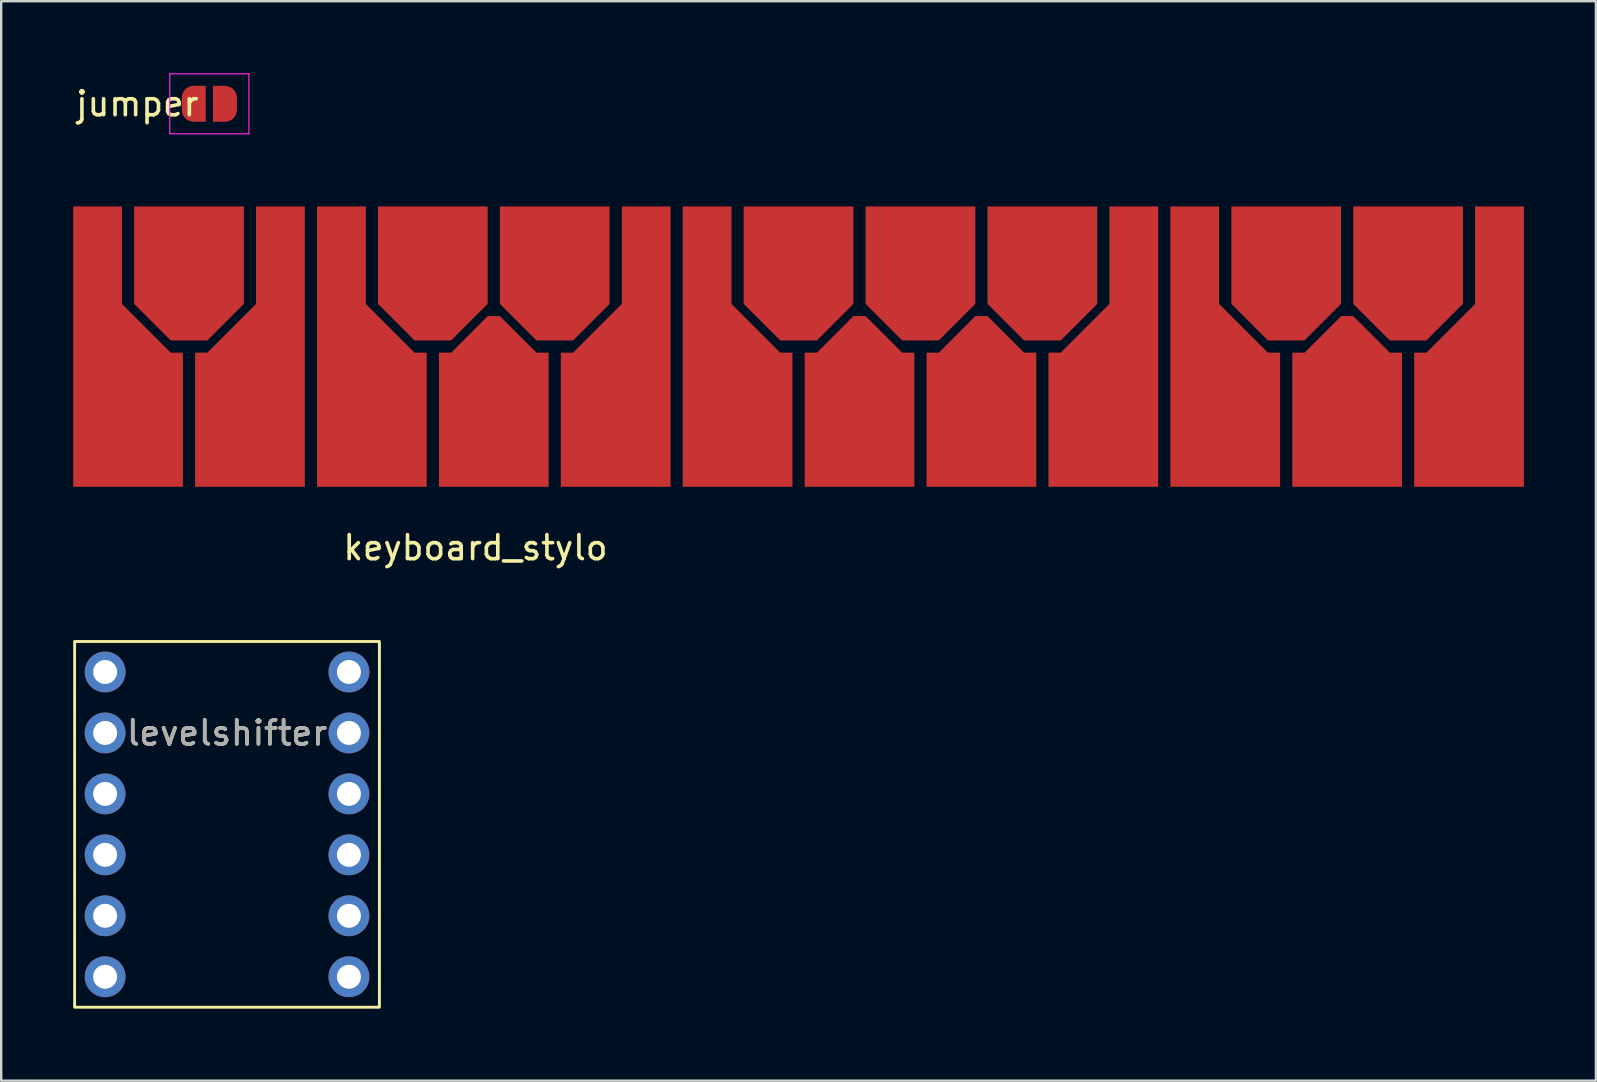
<source format=kicad_pcb>
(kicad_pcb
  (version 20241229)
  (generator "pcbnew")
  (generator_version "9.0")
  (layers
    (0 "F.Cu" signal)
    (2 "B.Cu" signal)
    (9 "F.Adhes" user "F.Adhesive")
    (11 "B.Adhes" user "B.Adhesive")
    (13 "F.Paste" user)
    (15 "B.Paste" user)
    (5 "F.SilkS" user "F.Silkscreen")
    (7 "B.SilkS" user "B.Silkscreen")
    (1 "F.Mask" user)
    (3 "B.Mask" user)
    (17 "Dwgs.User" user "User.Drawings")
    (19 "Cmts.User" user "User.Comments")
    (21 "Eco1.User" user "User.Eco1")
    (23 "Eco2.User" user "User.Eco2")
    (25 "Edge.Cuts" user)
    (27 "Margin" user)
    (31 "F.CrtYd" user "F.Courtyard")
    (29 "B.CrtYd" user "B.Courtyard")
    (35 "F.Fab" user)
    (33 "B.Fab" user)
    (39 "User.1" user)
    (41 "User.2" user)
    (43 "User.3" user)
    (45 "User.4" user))
  (footprint "keyboard_stylo"
    (layer "F.Cu")
    (at 34.036 10.376)
    (property "Reference" "keyboard_stylo" (at -17.272 9.398 0) (layer "F.SilkS") (effects (font (size 1 1) (thickness 0.15))))
    (attr through_hole)
    (fp_poly (pts (xy 26.416 6.858) (xy -34.036 6.858) (xy -34.036 -4.826) (xy 26.416 -4.826)) (stroke (width 0) (type solid)) (fill yes) (layer "F.Mask"))
    (pad "1" smd custom (at -33.02 -4.064) (size 1.524 1.524) (layers "F.Cu" "F.Mask") (options (anchor rect)) (primitives (gr_poly (pts (xy 3.048 5.334) (xy 1.016 3.302) (xy 1.016 -0.762) (xy -1.016 -0.762) (xy -1.016 10.922) (xy 3.556 10.922) (xy 3.556 5.334)) (width 0) (fill yes))))
    (pad "2" smd custom (at -29.21 -4.064) (size 1.524 1.524) (layers "F.Cu" "F.Mask") (options (anchor rect)) (primitives (gr_poly (pts (xy 2.286 3.302) (xy 0.762 4.826) (xy -0.762 4.826) (xy -2.286 3.302) (xy -2.286 -0.762) (xy 2.286 -0.762)) (width 0) (fill yes))))
    (pad "3" smd custom (at -25.4 -4.064) (size 1.524 1.524) (layers "F.Cu" "F.Mask") (options (anchor rect)) (primitives (gr_poly (pts (xy -3.048 5.334) (xy -1.016 3.302) (xy -1.016 -0.762) (xy 1.016 -0.762) (xy 1.016 10.922) (xy -3.556 10.922) (xy -3.556 5.334)) (width 0) (fill yes))))
    (pad "4" smd custom (at -22.86 -4.064) (size 1.524 1.524) (layers "F.Cu" "F.Mask") (options (anchor rect)) (primitives (gr_poly (pts (xy 3.048 5.334) (xy 1.016 3.302) (xy 1.016 -0.762) (xy -1.016 -0.762) (xy -1.016 10.922) (xy 3.556 10.922) (xy 3.556 5.334)) (width 0) (fill yes))))
    (pad "5" smd custom (at -19.05 -4.064) (size 1.524 1.524) (layers "F.Cu" "F.Mask") (options (anchor rect)) (primitives (gr_poly (pts (xy 2.286 3.302) (xy 0.762 4.826) (xy -0.762 4.826) (xy -2.286 3.302) (xy -2.286 -0.762) (xy 2.286 -0.762)) (width 0) (fill yes))))
    (pad "6" smd custom (at -16.51 6.096) (size 1.524 1.524) (layers "F.Cu" "F.Mask") (options (anchor rect)) (primitives (gr_poly (pts (xy 2.286 0.762) (xy -2.286 0.762) (xy -2.286 -4.826) (xy -1.778 -4.826) (xy -0.254 -6.35) (xy 0.254 -6.35) (xy 1.778 -4.826) (xy 2.286 -4.826)) (width 0) (fill yes))))
    (pad "7" smd custom (at -13.97 -4.064) (size 1.524 1.524) (layers "F.Cu" "F.Mask") (options (anchor rect)) (primitives (gr_poly (pts (xy 2.286 3.302) (xy 0.762 4.826) (xy -0.762 4.826) (xy -2.286 3.302) (xy -2.286 -0.762) (xy 2.286 -0.762)) (width 0) (fill yes))))
    (pad "8" smd custom (at -10.16 -4.064) (size 1.524 1.524) (layers "F.Cu" "F.Mask") (options (anchor rect)) (primitives (gr_poly (pts (xy -3.048 5.334) (xy -1.016 3.302) (xy -1.016 -0.762) (xy 1.016 -0.762) (xy 1.016 10.922) (xy -3.556 10.922) (xy -3.556 5.334)) (width 0) (fill yes))))
    (pad "9" smd custom (at -7.62 -4.064) (size 1.524 1.524) (layers "F.Cu" "F.Mask") (options (anchor rect)) (primitives (gr_poly (pts (xy 3.048 5.334) (xy 1.016 3.302) (xy 1.016 -0.762) (xy -1.016 -0.762) (xy -1.016 10.922) (xy 3.556 10.922) (xy 3.556 5.334)) (width 0) (fill yes))))
    (pad "10" smd custom (at -3.81 -4.064) (size 1.524 1.524) (layers "F.Cu" "F.Mask") (options (anchor rect)) (primitives (gr_poly (pts (xy 2.286 3.302) (xy 0.762 4.826) (xy -0.762 4.826) (xy -2.286 3.302) (xy -2.286 -0.762) (xy 2.286 -0.762)) (width 0) (fill yes))))
    (pad "11" smd custom (at -1.27 6.096) (size 1.524 1.524) (layers "F.Cu" "F.Mask") (options (anchor rect)) (primitives (gr_poly (pts (xy 2.286 0.762) (xy -2.286 0.762) (xy -2.286 -4.826) (xy -1.778 -4.826) (xy -0.254 -6.35) (xy 0.254 -6.35) (xy 1.778 -4.826) (xy 2.286 -4.826)) (width 0) (fill yes))))
    (pad "12" smd custom (at 1.27 -4.064) (size 1.524 1.524) (layers "F.Cu" "F.Mask") (options (anchor rect)) (primitives (gr_poly (pts (xy 2.286 3.302) (xy 0.762 4.826) (xy -0.762 4.826) (xy -2.286 3.302) (xy -2.286 -0.762) (xy 2.286 -0.762)) (width 0) (fill yes))))
    (pad "13" smd custom (at 3.81 6.096) (size 1.524 1.524) (layers "F.Cu" "F.Mask") (options (anchor rect)) (primitives (gr_poly (pts (xy 2.286 0.762) (xy -2.286 0.762) (xy -2.286 -4.826) (xy -1.778 -4.826) (xy -0.254 -6.35) (xy 0.254 -6.35) (xy 1.778 -4.826) (xy 2.286 -4.826)) (width 0) (fill yes))))
    (pad "14" smd custom (at 6.35 -4.064) (size 1.524 1.524) (layers "F.Cu" "F.Mask") (options (anchor rect)) (primitives (gr_poly (pts (xy 2.286 3.302) (xy 0.762 4.826) (xy -0.762 4.826) (xy -2.286 3.302) (xy -2.286 -0.762) (xy 2.286 -0.762)) (width 0) (fill yes))))
    (pad "15" smd custom (at 10.16 -4.064) (size 1.524 1.524) (layers "F.Cu" "F.Mask") (options (anchor rect)) (primitives (gr_poly (pts (xy -3.048 5.334) (xy -1.016 3.302) (xy -1.016 -0.762) (xy 1.016 -0.762) (xy 1.016 10.922) (xy -3.556 10.922) (xy -3.556 5.334)) (width 0) (fill yes))))
    (pad "16" smd custom (at 12.7 -4.064) (size 1.524 1.524) (layers "F.Cu" "F.Mask") (options (anchor rect)) (primitives (gr_poly (pts (xy 3.048 5.334) (xy 1.016 3.302) (xy 1.016 -0.762) (xy -1.016 -0.762) (xy -1.016 10.922) (xy 3.556 10.922) (xy 3.556 5.334)) (width 0) (fill yes))))
    (pad "17" smd custom (at 16.51 -4.064) (size 1.524 1.524) (layers "F.Cu" "F.Mask") (options (anchor rect)) (primitives (gr_poly (pts (xy 2.286 3.302) (xy 0.762 4.826) (xy -0.762 4.826) (xy -2.286 3.302) (xy -2.286 -0.762) (xy 2.286 -0.762)) (width 0) (fill yes))))
    (pad "18" smd custom (at 19.05 6.096) (size 1.524 1.524) (layers "F.Cu" "F.Mask") (options (anchor rect)) (primitives (gr_poly (pts (xy 2.286 0.762) (xy -2.286 0.762) (xy -2.286 -4.826) (xy -1.778 -4.826) (xy -0.254 -6.35) (xy 0.254 -6.35) (xy 1.778 -4.826) (xy 2.286 -4.826)) (width 0) (fill yes))))
    (pad "19" smd custom (at 21.59 -4.064) (size 1.524 1.524) (layers "F.Cu" "F.Mask") (options (anchor rect)) (primitives (gr_poly (pts (xy 2.286 3.302) (xy 0.762 4.826) (xy -0.762 4.826) (xy -2.286 3.302) (xy -2.286 -0.762) (xy 2.286 -0.762)) (width 0) (fill yes))))
    (pad "20" smd custom (at 25.4 -4.064) (size 1.524 1.524) (layers "F.Cu" "F.Mask") (options (anchor rect)) (primitives (gr_poly (pts (xy -3.048 5.334) (xy -1.016 3.302) (xy -1.016 -0.762) (xy 1.016 -0.762) (xy 1.016 10.922) (xy -3.556 10.922) (xy -3.556 5.334)) (width 0) (fill yes)))))
  (footprint "jumper"
    (layer "F.Cu")
    (at 5.673 1.275)
    (property "Reference" "jumper" (at -3 0 180) (layer "F.SilkS") (effects (font (size 1 1) (thickness 0.15))))
    (attr exclude_from_pos_files exclude_from_bom)
    (fp_line (start -1.65 -1.25) (end -1.65 1.25) (stroke (width 0.05) (type solid)) (layer "F.CrtYd"))
    (fp_line (start -1.65 -1.25) (end 1.65 -1.25) (stroke (width 0.05) (type solid)) (layer "F.CrtYd"))
    (fp_line (start 1.65 1.25) (end -1.65 1.25) (stroke (width 0.05) (type solid)) (layer "F.CrtYd"))
    (fp_line (start 1.65 1.25) (end 1.65 -1.25) (stroke (width 0.05) (type solid)) (layer "F.CrtYd"))
    (pad "1" smd custom (at -0.65 0) (size 1 0.5) (layers "F.Cu" "F.Mask") (options (anchor rect)) (primitives (gr_circle (center 0 0.25) (end 0.5 0.25) (width 0) (fill yes)) (gr_circle (center 0 -0.25) (end 0.5 -0.25) (width 0) (fill yes)) (gr_poly (pts (xy 0.5 -0.75) (xy 0 -0.75) (xy 0 0.75) (xy 0.5 0.75)) (width 0) (fill yes))))
    (pad "2" smd custom (at 0.65 0) (size 1 0.5) (layers "F.Cu" "F.Mask") (options (anchor rect)) (primitives (gr_circle (center 0 0.25) (end 0.5 0.25) (width 0) (fill yes)) (gr_circle (center 0 -0.25) (end 0.5 -0.25) (width 0) (fill yes)) (gr_poly (pts (xy 0 -0.75) (xy -0.5 -0.75) (xy -0.5 0.75) (xy 0 0.75)) (width 0) (fill yes)))))
  (footprint "levelshifter"
    (layer "F.Cu")
    (at 6.41 31.302)
    (property "Reference" "levelshifter" (at 0 -3.81 0) (unlocked yes) (layer "F.SilkS") (effects (font (size 1 1) (thickness 0.15))))
    (fp_rect (start -6.35 -7.62) (end 6.35 7.62) (stroke (width 0.12) (type solid)) (fill no) (layer "F.SilkS"))
    (fp_text user "${REFERENCE}" (at 0 -3.81 0) (unlocked yes) (layer "F.Fab") (effects (font (size 1 1) (thickness 0.15))))
    (pad "1" thru_hole circle (at -5.08 -6.35) (size 1.7 1.7) (drill 1) (layers "*.Cu" "*.Mask"))
    (pad "2" thru_hole circle (at -5.08 -3.81) (size 1.7 1.7) (drill 1) (layers "*.Cu" "*.Mask"))
    (pad "3" thru_hole circle (at -5.08 -1.27) (size 1.7 1.7) (drill 1) (layers "*.Cu" "*.Mask"))
    (pad "4" thru_hole circle (at -5.08 1.27) (size 1.7 1.7) (drill 1) (layers "*.Cu" "*.Mask"))
    (pad "5" thru_hole circle (at -5.08 3.81) (size 1.7 1.7) (drill 1) (layers "*.Cu" "*.Mask"))
    (pad "6" thru_hole circle (at -5.08 6.35) (size 1.7 1.7) (drill 1) (layers "*.Cu" "*.Mask"))
    (pad "7" thru_hole circle (at 5.08 -6.35) (size 1.7 1.7) (drill 1) (layers "*.Cu" "*.Mask"))
    (pad "8" thru_hole circle (at 5.08 -3.81) (size 1.7 1.7) (drill 1) (layers "*.Cu" "*.Mask"))
    (pad "9" thru_hole circle (at 5.08 -1.27) (size 1.7 1.7) (drill 1) (layers "*.Cu" "*.Mask"))
    (pad "10" thru_hole circle (at 5.08 1.27) (size 1.7 1.7) (drill 1) (layers "*.Cu" "*.Mask"))
    (pad "11" thru_hole circle (at 5.08 3.81) (size 1.7 1.7) (drill 1) (layers "*.Cu" "*.Mask"))
    (pad "12" thru_hole circle (at 5.08 6.35) (size 1.7 1.7) (drill 1) (layers "*.Cu" "*.Mask")))
  (gr_rect
    (start -3 -3)
    (end 63.452 41.982)
    (stroke (width 0.1) (type default))
    (fill no)
    (layer "Edge.Cuts")))
</source>
